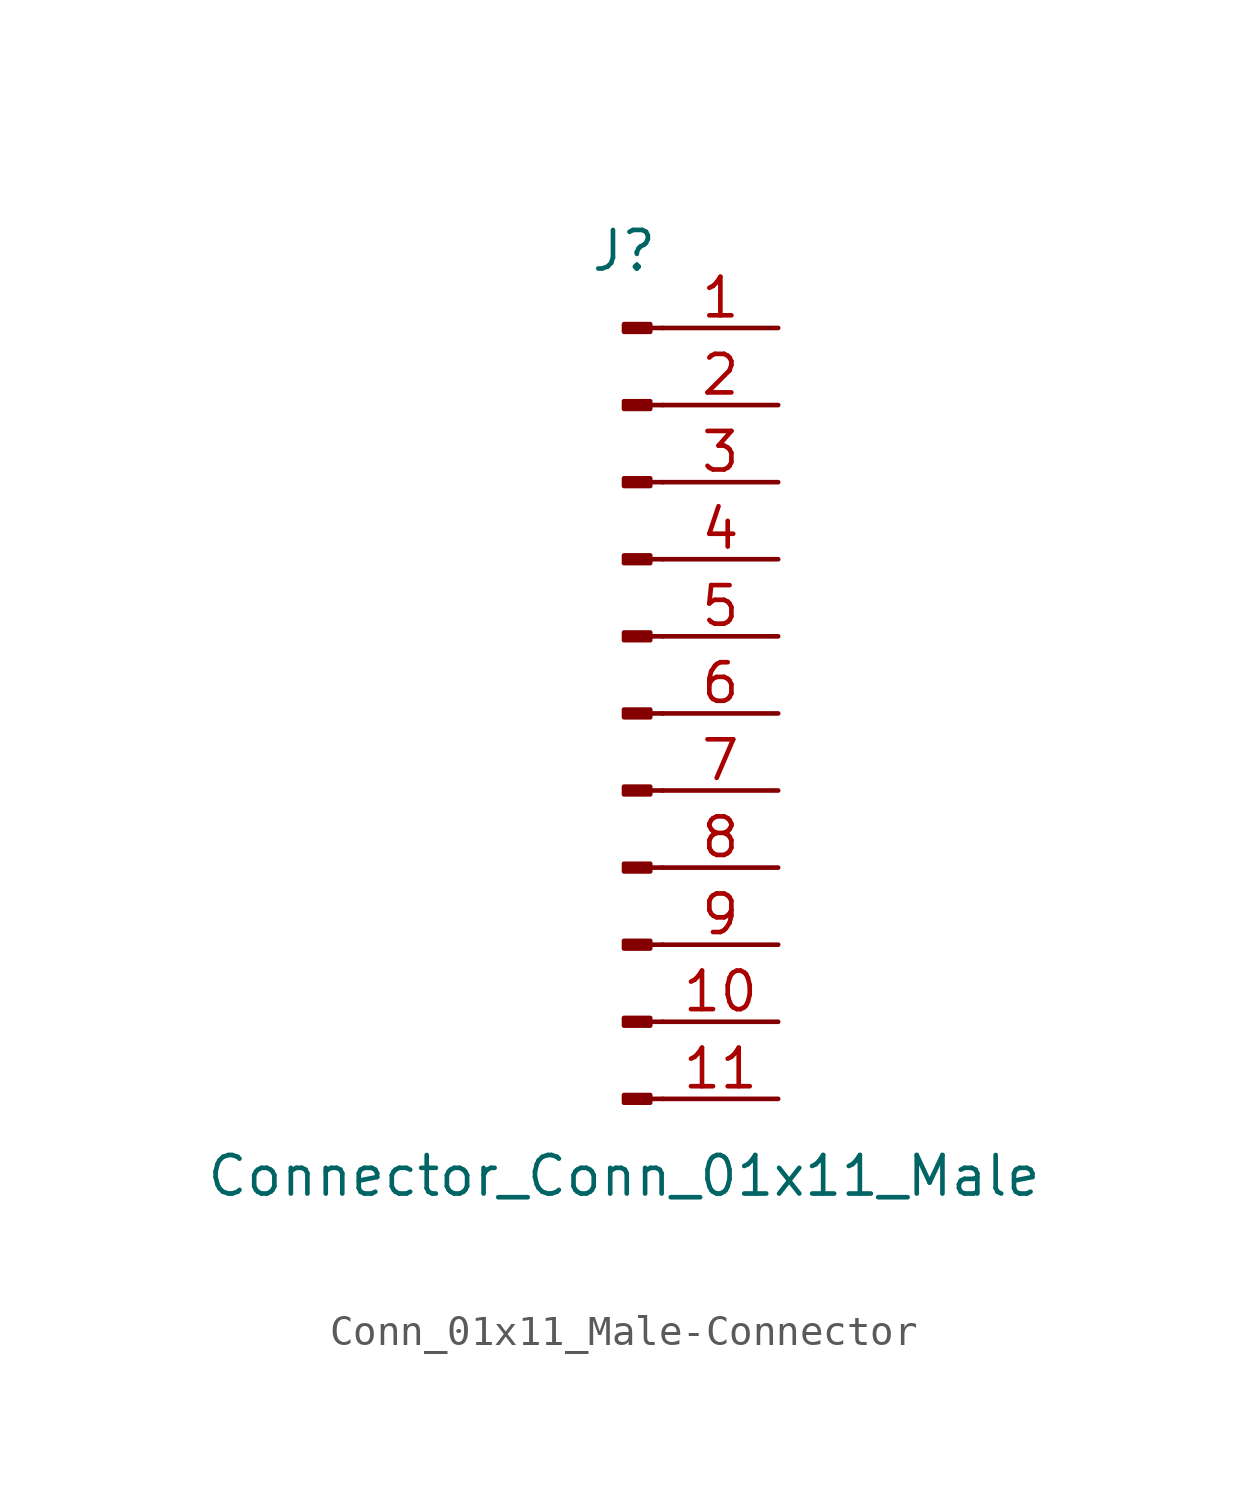
<source format=kicad_sym>
(kicad_symbol_lib
  (version 20231120)
  (generator "kicad_symbol_editor")
  (generator_version "8.0")
  (symbol "Conn_01x11_Male-Connector"
    (pin_names
      (offset 1.016) hide)
    (property "Reference" "J"
      (at 0 15.24 0)
      (effects (font (size 1.27 1.27))))
    (property "Value" "Connector_Conn_01x11_Male"
      (at 0 -15.24 0)
      (effects (font (size 1.27 1.27))))
    (symbol "Conn_01x11_Male-Connector_1_1"
      (polyline (pts (xy 1.27 -12.7) (xy 0.864 -12.7)) (stroke (width 0.152) (type solid)) (fill (type none)))
      (polyline (pts (xy 1.27 -10.16) (xy 0.864 -10.16)) (stroke (width 0.152) (type solid)) (fill (type none)))
      (polyline (pts (xy 1.27 -7.62) (xy 0.864 -7.62)) (stroke (width 0.152) (type solid)) (fill (type none)))
      (polyline (pts (xy 1.27 -5.08) (xy 0.864 -5.08)) (stroke (width 0.152) (type solid)) (fill (type none)))
      (polyline (pts (xy 1.27 -2.54) (xy 0.864 -2.54)) (stroke (width 0.152) (type solid)) (fill (type none)))
      (polyline (pts (xy 1.27 0) (xy 0.864 0)) (stroke (width 0.152) (type solid)) (fill (type none)))
      (polyline (pts (xy 1.27 2.54) (xy 0.864 2.54)) (stroke (width 0.152) (type solid)) (fill (type none)))
      (polyline (pts (xy 1.27 5.08) (xy 0.864 5.08)) (stroke (width 0.152) (type solid)) (fill (type none)))
      (polyline (pts (xy 1.27 7.62) (xy 0.864 7.62)) (stroke (width 0.152) (type solid)) (fill (type none)))
      (polyline (pts (xy 1.27 10.16) (xy 0.864 10.16)) (stroke (width 0.152) (type solid)) (fill (type none)))
      (polyline (pts (xy 1.27 12.7) (xy 0.864 12.7)) (stroke (width 0.152) (type solid)) (fill (type none)))
      (rectangle (start 0.864 -12.573) (end 0 -12.827) (stroke (width 0.152) (type solid)) (fill (type outline)))
      (rectangle (start 0.864 -10.033) (end 0 -10.287) (stroke (width 0.152) (type solid)) (fill (type outline)))
      (rectangle (start 0.864 -7.493) (end 0 -7.747) (stroke (width 0.152) (type solid)) (fill (type outline)))
      (rectangle (start 0.864 -4.953) (end 0 -5.207) (stroke (width 0.152) (type solid)) (fill (type outline)))
      (rectangle (start 0.864 -2.413) (end 0 -2.667) (stroke (width 0.152) (type solid)) (fill (type outline)))
      (rectangle (start 0.864 0.127) (end 0 -0.127) (stroke (width 0.152) (type solid)) (fill (type outline)))
      (rectangle (start 0.864 2.667) (end 0 2.413) (stroke (width 0.152) (type solid)) (fill (type outline)))
      (rectangle (start 0.864 5.207) (end 0 4.953) (stroke (width 0.152) (type solid)) (fill (type outline)))
      (rectangle (start 0.864 7.747) (end 0 7.493) (stroke (width 0.152) (type solid)) (fill (type outline)))
      (rectangle (start 0.864 10.287) (end 0 10.033) (stroke (width 0.152) (type solid)) (fill (type outline)))
      (rectangle (start 0.864 12.827) (end 0 12.573) (stroke (width 0.152) (type solid)) (fill (type outline)))
      (pin passive line (at 5.08 12.7 180) (length 3.81) (name "Pin_1" (effects (font (size 1.27 1.27)))) (number "1" (effects (font (size 1.27 1.27)))))
      (pin passive line (at 5.08 -10.16 180) (length 3.81) (name "Pin_10" (effects (font (size 1.27 1.27)))) (number "10" (effects (font (size 1.27 1.27)))))
      (pin passive line (at 5.08 -12.7 180) (length 3.81) (name "Pin_11" (effects (font (size 1.27 1.27)))) (number "11" (effects (font (size 1.27 1.27)))))
      (pin passive line (at 5.08 10.16 180) (length 3.81) (name "Pin_2" (effects (font (size 1.27 1.27)))) (number "2" (effects (font (size 1.27 1.27)))))
      (pin passive line (at 5.08 7.62 180) (length 3.81) (name "Pin_3" (effects (font (size 1.27 1.27)))) (number "3" (effects (font (size 1.27 1.27)))))
      (pin passive line (at 5.08 5.08 180) (length 3.81) (name "Pin_4" (effects (font (size 1.27 1.27)))) (number "4" (effects (font (size 1.27 1.27)))))
      (pin passive line (at 5.08 2.54 180) (length 3.81) (name "Pin_5" (effects (font (size 1.27 1.27)))) (number "5" (effects (font (size 1.27 1.27)))))
      (pin passive line (at 5.08 0 180) (length 3.81) (name "Pin_6" (effects (font (size 1.27 1.27)))) (number "6" (effects (font (size 1.27 1.27)))))
      (pin passive line (at 5.08 -2.54 180) (length 3.81) (name "Pin_7" (effects (font (size 1.27 1.27)))) (number "7" (effects (font (size 1.27 1.27)))))
      (pin passive line (at 5.08 -5.08 180) (length 3.81) (name "Pin_8" (effects (font (size 1.27 1.27)))) (number "8" (effects (font (size 1.27 1.27)))))
      (pin passive line (at 5.08 -7.62 180) (length 3.81) (name "Pin_9" (effects (font (size 1.27 1.27)))) (number "9" (effects (font (size 1.27 1.27))))))))
</source>
